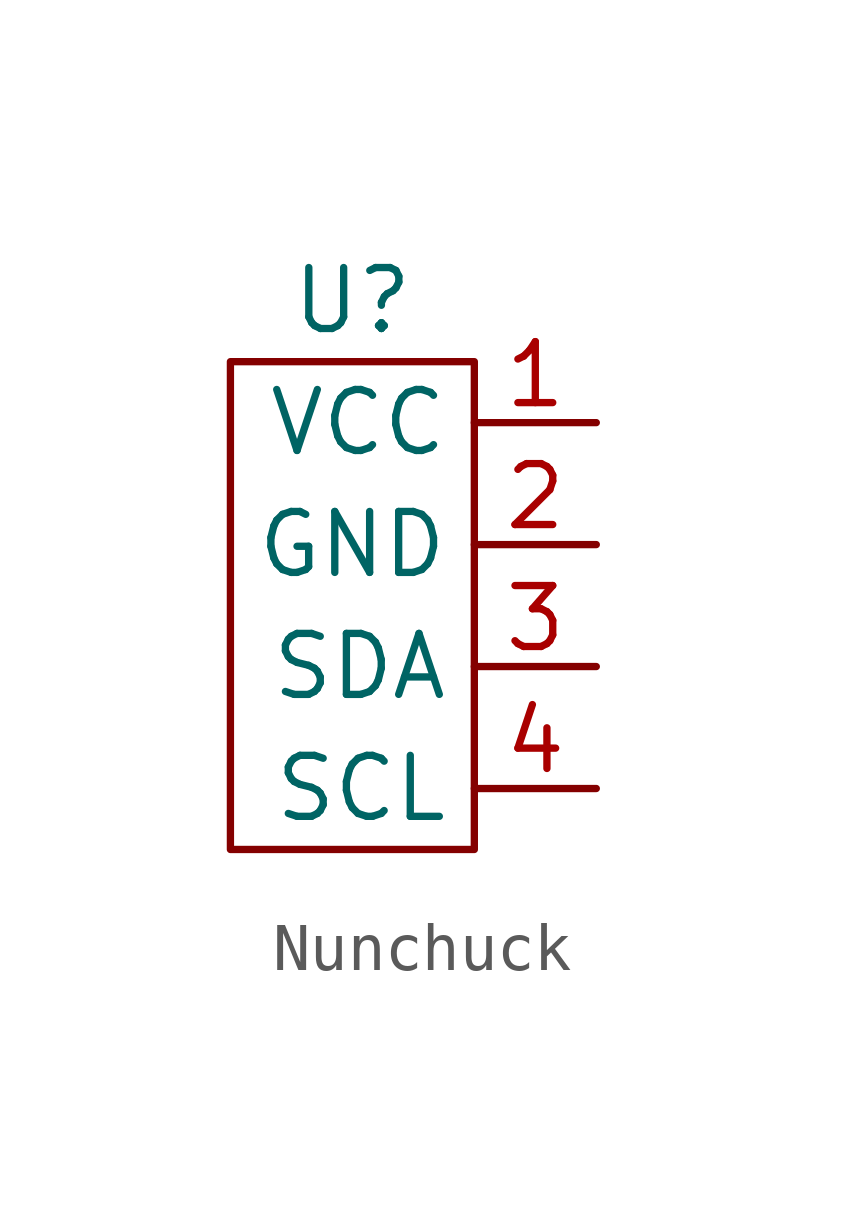
<source format=kicad_sym>
(kicad_symbol_lib
  (version 20231120)
  (generator "kicad_symbol_editor")
  (generator_version "8.0")
  (symbol "Nunchuck"
    (property "Reference" "U"
      (at 0 1.27 0)
      (effects (font (size 1.27 1.27))))
    (property "Value" ""
      (at 0 0 0)
      (effects (font (size 1.27 1.27))))
    (symbol "Nunchuck_0_1"
      (rectangle (start -2.54 0) (end 2.54 -10.16) (stroke (width 0) (type default)) (fill (type none))))
    (symbol "Nunchuck_1_1"
      (pin input line (at 5.08 -1.27 180) (length 2.54) (name "VCC" (effects (font (size 1.27 1.27)))) (number "1" (effects (font (size 1.27 1.27)))))
      (pin output line (at 5.08 -3.81 180) (length 2.54) (name "GND" (effects (font (size 1.27 1.27)))) (number "2" (effects (font (size 1.27 1.27)))))
      (pin output line (at 5.08 -6.35 180) (length 2.54) (name "SDA" (effects (font (size 1.27 1.27)))) (number "3" (effects (font (size 1.27 1.27)))))
      (pin input line (at 5.08 -8.89 180) (length 2.54) (name "SCL" (effects (font (size 1.27 1.27)))) (number "4" (effects (font (size 1.27 1.27))))))))
</source>
